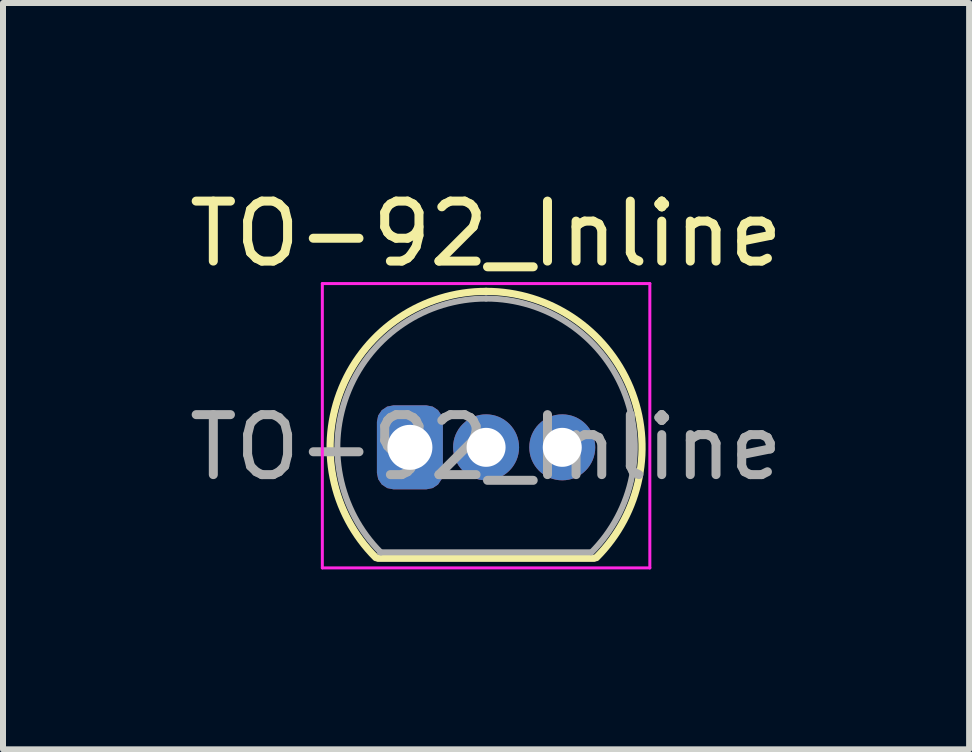
<source format=kicad_pcb>
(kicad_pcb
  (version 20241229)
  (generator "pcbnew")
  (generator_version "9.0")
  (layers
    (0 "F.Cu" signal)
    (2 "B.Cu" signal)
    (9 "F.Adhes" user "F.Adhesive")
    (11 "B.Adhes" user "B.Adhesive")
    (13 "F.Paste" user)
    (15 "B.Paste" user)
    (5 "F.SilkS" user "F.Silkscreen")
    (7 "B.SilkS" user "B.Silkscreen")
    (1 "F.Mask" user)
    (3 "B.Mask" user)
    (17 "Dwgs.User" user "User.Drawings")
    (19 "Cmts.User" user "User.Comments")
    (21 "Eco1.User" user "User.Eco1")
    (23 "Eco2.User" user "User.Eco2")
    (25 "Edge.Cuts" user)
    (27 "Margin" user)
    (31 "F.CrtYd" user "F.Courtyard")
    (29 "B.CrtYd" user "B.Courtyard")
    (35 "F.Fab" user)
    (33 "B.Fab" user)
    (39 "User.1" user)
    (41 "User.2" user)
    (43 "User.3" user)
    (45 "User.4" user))
  (footprint "TO-92_Inline"
    (layer "F.Cu")
    (at 3.784 4.408)
    (property "Reference" "TO-92_Inline" (at 1.27 -3.56 0) (layer "F.SilkS") (effects (font (size 1 1) (thickness 0.15))))
    (attr through_hole)
    (fp_line (start -0.53 1.85) (end 3.07 1.85) (stroke (width 0.12) (type solid)) (layer "F.SilkS"))
    (fp_arc (start -0.568478 1.838478) (mid -1.132087 -0.994977) (end 1.27 -2.6) (stroke (width 0.12) (type solid)) (layer "F.SilkS"))
    (fp_arc (start 1.27 -2.6) (mid 3.672087 -0.994977) (end 3.108478 1.838478) (stroke (width 0.12) (type solid)) (layer "F.SilkS"))
    (fp_line (start -1.46 -2.73) (end -1.46 2.01) (stroke (width 0.05) (type solid)) (layer "F.CrtYd"))
    (fp_line (start -1.46 -2.73) (end 4 -2.73) (stroke (width 0.05) (type solid)) (layer "F.CrtYd"))
    (fp_line (start 4 2.01) (end -1.46 2.01) (stroke (width 0.05) (type solid)) (layer "F.CrtYd"))
    (fp_line (start 4 2.01) (end 4 -2.73) (stroke (width 0.05) (type solid)) (layer "F.CrtYd"))
    (fp_line (start -0.5 1.75) (end 3 1.75) (stroke (width 0.1) (type solid)) (layer "F.Fab"))
    (fp_arc (start -0.483625 1.753625) (mid -1.021221 -0.949055) (end 1.27 -2.48) (stroke (width 0.1) (type solid)) (layer "F.Fab"))
    (fp_arc (start 1.27 -2.48) (mid 3.561221 -0.949055) (end 3.023625 1.753625) (stroke (width 0.1) (type solid)) (layer "F.Fab"))
    (fp_text user "${REFERENCE}" (at 1.27 0 0) (layer "F.Fab") (effects (font (size 1 1) (thickness 0.15))))
    (pad "1" thru_hole roundrect (at 0 0) (size 1.1 1.4) (drill 0.75) (layers "*.Cu" "*.Mask") (roundrect_rratio 0.25))
    (pad "2" thru_hole circle (at 1.27 0) (size 1.1 1.1) (drill 0.65) (layers "*.Cu" "*.Mask"))
    (pad "3" thru_hole circle (at 2.54 0) (size 1.1 1.1) (drill 0.65) (layers "*.Cu" "*.Mask")))
  (gr_rect
    (start -3 -3)
    (end 13.107 9.443)
    (stroke (width 0.1) (type default))
    (fill no)
    (layer "Edge.Cuts")))
</source>
